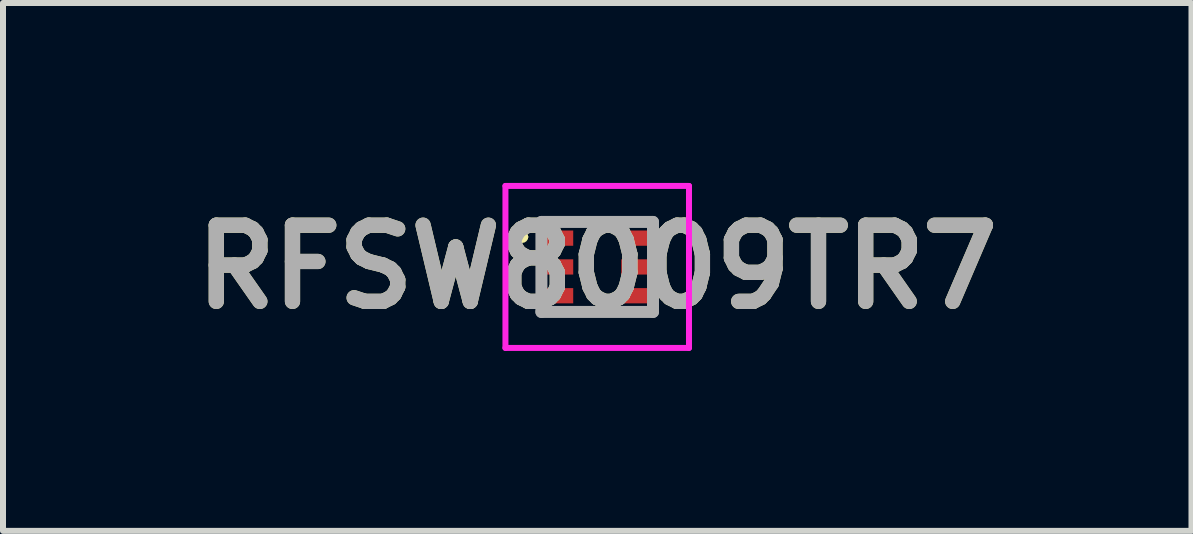
<source format=kicad_pcb>
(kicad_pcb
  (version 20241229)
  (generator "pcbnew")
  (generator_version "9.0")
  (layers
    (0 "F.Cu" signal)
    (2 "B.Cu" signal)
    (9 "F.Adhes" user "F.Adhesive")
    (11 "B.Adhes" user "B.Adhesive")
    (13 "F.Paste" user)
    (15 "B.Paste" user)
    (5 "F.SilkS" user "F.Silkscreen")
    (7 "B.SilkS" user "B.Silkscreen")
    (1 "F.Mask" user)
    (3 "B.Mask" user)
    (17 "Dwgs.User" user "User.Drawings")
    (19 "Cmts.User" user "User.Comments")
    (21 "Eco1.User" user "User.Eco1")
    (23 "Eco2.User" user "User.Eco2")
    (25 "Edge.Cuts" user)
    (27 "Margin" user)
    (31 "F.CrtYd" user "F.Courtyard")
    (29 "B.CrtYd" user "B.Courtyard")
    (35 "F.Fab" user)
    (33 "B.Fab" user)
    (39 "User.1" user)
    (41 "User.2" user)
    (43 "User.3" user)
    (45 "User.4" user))
  (footprint "RFSW8009TR7"
    (layer "F.Cu")
    (at 6.906 1.4)
    (property "Reference" "RFSW8009TR7" (at 0 0 0) (layer "F.SilkS") (effects (font (size 1.27 1.27) (thickness 0.254))))
    (attr smd)
    (fp_line (start -1.3 -0.5) (end -1.3 -0.5) (stroke (width 0.1) (type solid)) (layer "F.SilkS"))
    (fp_line (start -1.2 -0.5) (end -1.2 -0.5) (stroke (width 0.1) (type solid)) (layer "F.SilkS"))
    (fp_line (start -0.25 -0.75) (end 0.25 -0.75) (stroke (width 0.1) (type solid)) (layer "F.SilkS"))
    (fp_line (start -0.25 0.75) (end 0.25 0.75) (stroke (width 0.1) (type solid)) (layer "F.SilkS"))
    (fp_arc (start -1.3 -0.5) (mid -1.25 -0.55) (end -1.2 -0.5) (stroke (width 0.1) (type solid)) (layer "F.SilkS"))
    (fp_arc (start -1.2 -0.5) (mid -1.25 -0.45) (end -1.3 -0.5) (stroke (width 0.1) (type solid)) (layer "F.SilkS"))
    (fp_line (start -1.53 -1.35) (end 1.53 -1.35) (stroke (width 0.1) (type solid)) (layer "F.CrtYd"))
    (fp_line (start -1.53 1.35) (end -1.53 -1.35) (stroke (width 0.1) (type solid)) (layer "F.CrtYd"))
    (fp_line (start 1.53 -1.35) (end 1.53 1.35) (stroke (width 0.1) (type solid)) (layer "F.CrtYd"))
    (fp_line (start 1.53 1.35) (end -1.53 1.35) (stroke (width 0.1) (type solid)) (layer "F.CrtYd"))
    (fp_line (start -0.93 -0.75) (end 0.93 -0.75) (stroke (width 0.2) (type solid)) (layer "F.Fab"))
    (fp_line (start -0.93 0.75) (end -0.93 -0.75) (stroke (width 0.2) (type solid)) (layer "F.Fab"))
    (fp_line (start 0.93 -0.75) (end 0.93 0.75) (stroke (width 0.2) (type solid)) (layer "F.Fab"))
    (fp_line (start 0.93 0.75) (end -0.93 0.75) (stroke (width 0.2) (type solid)) (layer "F.Fab"))
    (fp_text user "${REFERENCE}" (at 0 0 0) (layer "F.Fab") (effects (font (size 1.27 1.27) (thickness 0.254))))
    (pad "1" smd rect (at -0.64 -0.48 90) (size 0.254 0.48) (layers "F.Cu" "F.Mask" "F.Paste"))
    (pad "2" smd rect (at -0.64 0 90) (size 0.254 0.48) (layers "F.Cu" "F.Mask" "F.Paste"))
    (pad "3" smd rect (at -0.64 0.48 90) (size 0.254 0.48) (layers "F.Cu" "F.Mask" "F.Paste"))
    (pad "4" smd rect (at 0.64 0.48 90) (size 0.254 0.48) (layers "F.Cu" "F.Mask" "F.Paste"))
    (pad "5" smd rect (at 0.64 0 90) (size 0.254 0.48) (layers "F.Cu" "F.Mask" "F.Paste"))
    (pad "6" smd rect (at 0.64 -0.48 90) (size 0.254 0.48) (layers "F.Cu" "F.Mask" "F.Paste")))
  (gr_rect
    (start -3 -3)
    (end 16.813 5.8)
    (stroke (width 0.1) (type default))
    (fill no)
    (layer "Edge.Cuts")))
</source>
